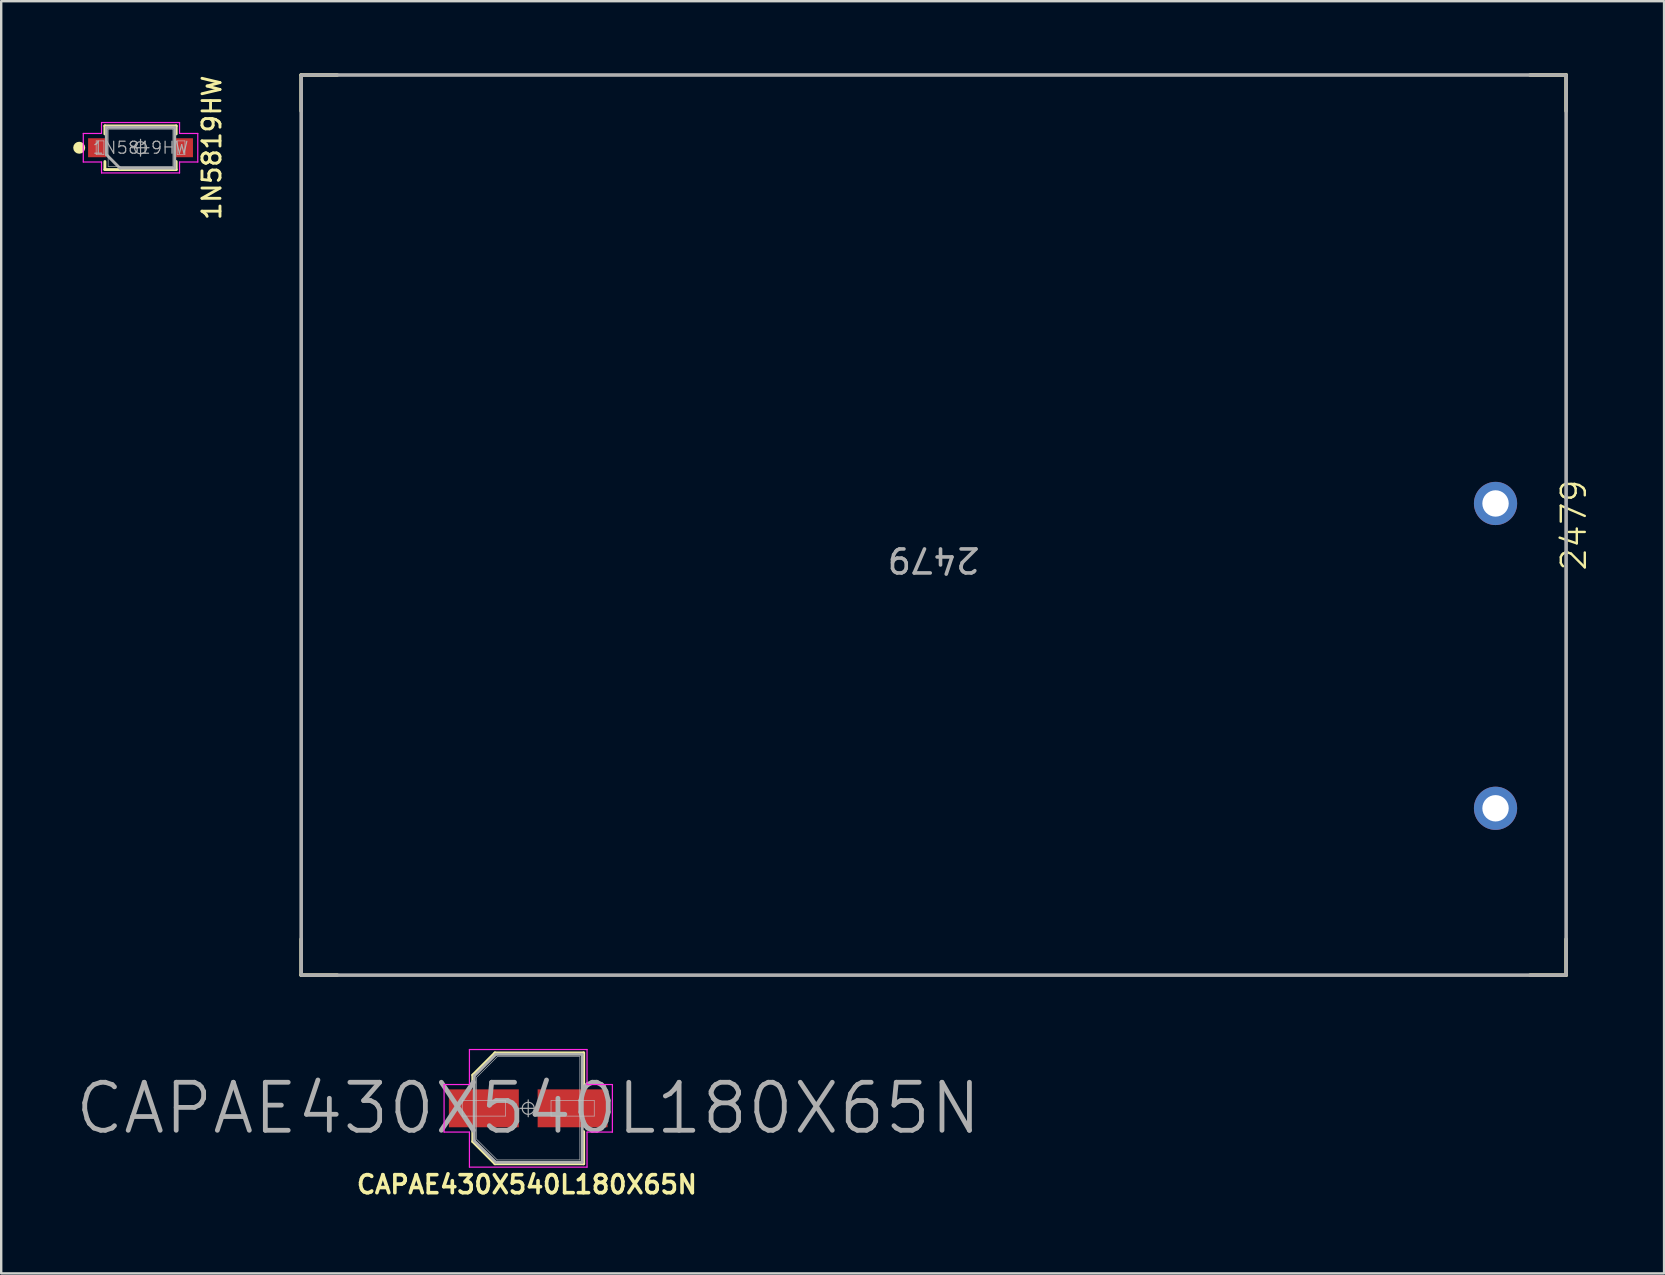
<source format=kicad_pcb>
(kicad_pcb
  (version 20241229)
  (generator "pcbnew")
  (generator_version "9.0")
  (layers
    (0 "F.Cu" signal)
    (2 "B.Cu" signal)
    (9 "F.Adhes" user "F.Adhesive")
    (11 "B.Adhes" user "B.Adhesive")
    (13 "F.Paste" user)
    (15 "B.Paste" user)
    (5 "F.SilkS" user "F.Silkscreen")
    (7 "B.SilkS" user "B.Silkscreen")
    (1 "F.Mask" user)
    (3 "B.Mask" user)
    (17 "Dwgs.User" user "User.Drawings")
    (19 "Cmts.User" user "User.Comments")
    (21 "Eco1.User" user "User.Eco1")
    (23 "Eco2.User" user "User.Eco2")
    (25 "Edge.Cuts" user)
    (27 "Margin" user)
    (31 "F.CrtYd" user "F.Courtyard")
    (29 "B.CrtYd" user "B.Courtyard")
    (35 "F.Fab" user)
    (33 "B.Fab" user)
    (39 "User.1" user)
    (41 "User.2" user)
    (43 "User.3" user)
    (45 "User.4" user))
  (footprint "2479"
    (layer "F.Cu")
    (at 35.848 18.825)
    (property "Reference" "2479" (at 26.67 0 90) (unlocked yes) (layer "F.SilkS") (effects (font (size 1 1) (thickness 0.1))))
    (attr through_hole)
    (fp_line (start -26.35 -18.75) (end -26.35 -17.25) (stroke (width 0.15) (type default)) (layer "F.SilkS"))
    (fp_line (start -26.35 -18.75) (end -24.85 -18.75) (stroke (width 0.15) (type default)) (layer "F.SilkS"))
    (fp_line (start -26.35 18.75) (end -26.35 17.25) (stroke (width 0.15) (type default)) (layer "F.SilkS"))
    (fp_line (start -26.35 18.75) (end -24.85 18.75) (stroke (width 0.15) (type default)) (layer "F.SilkS"))
    (fp_line (start 26.35 -18.75) (end 24.85 -18.75) (stroke (width 0.15) (type default)) (layer "F.SilkS"))
    (fp_line (start 26.35 -18.75) (end 26.35 -17.25) (stroke (width 0.15) (type default)) (layer "F.SilkS"))
    (fp_line (start 26.35 18.75) (end 24.85 18.75) (stroke (width 0.15) (type default)) (layer "F.SilkS"))
    (fp_line (start 26.35 18.75) (end 26.35 17.25) (stroke (width 0.15) (type default)) (layer "F.SilkS"))
    (fp_rect (start -26.35 -18.75) (end 26.35 18.75) (stroke (width 0.15) (type default)) (fill no) (layer "F.Fab"))
    (fp_text user "${REFERENCE}" (at 0 1.45 180) (unlocked yes) (layer "F.Fab") (effects (font (size 1 1) (thickness 0.15))))
    (pad "1" thru_hole circle (at 23.409 11.8 180) (size 1.8 1.8) (drill 1.1) (layers "*.Cu" "*.Mask"))
    (pad "2" thru_hole circle (at 23.409 -0.9 180) (size 1.8 1.8) (drill 1.1) (layers "*.Cu" "*.Mask")))
  (footprint "1N5819HW"
    (layer "F.Cu")
    (at 2.805 3.105)
    (property "Reference" "1N5819HW" (at 2.969 0 90) (layer "F.SilkS") (effects (font (size 0.75 0.75) (thickness 0.12))))
    (attr smd)
    (fp_line (start -1.485 -0.91) (end -1.485 -0.575) (stroke (width 0.12) (type solid)) (layer "F.SilkS"))
    (fp_line (start -1.485 0.91) (end -1.485 0.575) (stroke (width 0.12) (type solid)) (layer "F.SilkS"))
    (fp_line (start 1.485 -0.91) (end -1.485 -0.91) (stroke (width 0.12) (type solid)) (layer "F.SilkS"))
    (fp_line (start 1.485 -0.575) (end 1.485 -0.91) (stroke (width 0.12) (type solid)) (layer "F.SilkS"))
    (fp_line (start 1.485 0.575) (end 1.485 0.91) (stroke (width 0.12) (type solid)) (layer "F.SilkS"))
    (fp_line (start 1.485 0.91) (end -1.485 0.91) (stroke (width 0.12) (type solid)) (layer "F.SilkS"))
    (fp_circle (center -2.555 0) (end -2.555 0.125) (stroke (width 0.25) (type solid)) (fill no) (layer "F.SilkS"))
    (fp_line (start -1.85 -0.285) (end -1.526 -0.285) (stroke (width 0.025) (type solid)) (layer "Dwgs.User"))
    (fp_line (start -1.85 0.285) (end -1.85 -0.285) (stroke (width 0.025) (type solid)) (layer "Dwgs.User"))
    (fp_line (start -1.526 -0.285) (end -1.526 0.285) (stroke (width 0.025) (type solid)) (layer "Dwgs.User"))
    (fp_line (start -1.526 0.285) (end -1.85 0.285) (stroke (width 0.025) (type solid)) (layer "Dwgs.User"))
    (fp_line (start -1.35 -0.775) (end 1.35 -0.775) (stroke (width 0.025) (type solid)) (layer "Dwgs.User"))
    (fp_line (start -1.35 0.775) (end -1.35 -0.775) (stroke (width 0.025) (type solid)) (layer "Dwgs.User"))
    (fp_line (start 1.35 -0.775) (end 1.35 0.775) (stroke (width 0.025) (type solid)) (layer "Dwgs.User"))
    (fp_line (start 1.35 0.775) (end -1.35 0.775) (stroke (width 0.025) (type solid)) (layer "Dwgs.User"))
    (fp_line (start 1.526 -0.285) (end 1.85 -0.285) (stroke (width 0.025) (type solid)) (layer "Dwgs.User"))
    (fp_line (start 1.526 0.285) (end 1.526 -0.285) (stroke (width 0.025) (type solid)) (layer "Dwgs.User"))
    (fp_line (start 1.85 -0.285) (end 1.85 0.285) (stroke (width 0.025) (type solid)) (layer "Dwgs.User"))
    (fp_line (start 1.85 0.285) (end 1.526 0.285) (stroke (width 0.025) (type solid)) (layer "Dwgs.User"))
    (fp_line (start -2.385 -0.595) (end -2.385 0.595) (stroke (width 0.05) (type solid)) (layer "F.CrtYd"))
    (fp_line (start -2.385 0.595) (end -1.625 0.595) (stroke (width 0.05) (type solid)) (layer "F.CrtYd"))
    (fp_line (start -1.625 -1.05) (end -1.625 -0.595) (stroke (width 0.05) (type solid)) (layer "F.CrtYd"))
    (fp_line (start -1.625 -0.595) (end -2.385 -0.595) (stroke (width 0.05) (type solid)) (layer "F.CrtYd"))
    (fp_line (start -1.625 0.595) (end -1.625 1.05) (stroke (width 0.05) (type solid)) (layer "F.CrtYd"))
    (fp_line (start -1.625 1.05) (end 1.625 1.05) (stroke (width 0.05) (type solid)) (layer "F.CrtYd"))
    (fp_line (start 1.625 -1.05) (end -1.625 -1.05) (stroke (width 0.05) (type solid)) (layer "F.CrtYd"))
    (fp_line (start 1.625 -0.595) (end 1.625 -1.05) (stroke (width 0.05) (type solid)) (layer "F.CrtYd"))
    (fp_line (start 1.625 0.595) (end 2.385 0.595) (stroke (width 0.05) (type solid)) (layer "F.CrtYd"))
    (fp_line (start 1.625 1.05) (end 1.625 0.595) (stroke (width 0.05) (type solid)) (layer "F.CrtYd"))
    (fp_line (start 2.385 -0.595) (end 1.625 -0.595) (stroke (width 0.05) (type solid)) (layer "F.CrtYd"))
    (fp_line (start 2.385 0.595) (end 2.385 -0.595) (stroke (width 0.05) (type solid)) (layer "F.CrtYd"))
    (fp_line (start -1.425 -0.85) (end -1.425 0.283) (stroke (width 0.12) (type solid)) (layer "F.Fab"))
    (fp_line (start -1.425 0.283) (end -0.858 0.85) (stroke (width 0.12) (type solid)) (layer "F.Fab"))
    (fp_line (start -0.858 0.85) (end 1.425 0.85) (stroke (width 0.12) (type solid)) (layer "F.Fab"))
    (fp_line (start 0 -0.35) (end 0 0.35) (stroke (width 0.05) (type solid)) (layer "F.Fab"))
    (fp_line (start 0.35 0) (end -0.35 0) (stroke (width 0.05) (type solid)) (layer "F.Fab"))
    (fp_line (start 1.425 -0.85) (end -1.425 -0.85) (stroke (width 0.12) (type solid)) (layer "F.Fab"))
    (fp_line (start 1.425 0.85) (end 1.425 -0.85) (stroke (width 0.12) (type solid)) (layer "F.Fab"))
    (fp_circle (center 0 0) (end 0.25 0) (stroke (width 0.05) (type solid)) (fill no) (layer "F.Fab"))
    (fp_text user "${REFERENCE}" (at 0 0 0) (layer "F.Fab") (effects (font (size 0.5 0.5) (thickness 0.05))))
    (pad "1" smd rect (at -1.805 0) (size 0.76 0.79) (layers "F.Cu" "F.Mask" "F.Paste"))
    (pad "2" smd rect (at 1.805 0) (size 0.76 0.79) (layers "F.Cu" "F.Mask" "F.Paste")))
  (footprint "CAPAE430X540L180X65N"
    (layer "F.Cu")
    (at 18.957 43.125)
    (property "Reference" "CAPAE430X540L180X65N" (at -0.056 3.175 0) (layer "F.SilkS") (effects (font (size 0.75 0.75) (thickness 0.15))))
    (attr smd)
    (fp_line (start -2.31 -1.386) (end -2.31 -0.969) (stroke (width 0.12) (type solid)) (layer "F.SilkS"))
    (fp_line (start -2.31 1.386) (end -2.31 0.969) (stroke (width 0.12) (type solid)) (layer "F.SilkS"))
    (fp_line (start -1.386 -2.31) (end -2.31 -1.386) (stroke (width 0.12) (type solid)) (layer "F.SilkS"))
    (fp_line (start -1.386 2.31) (end -2.31 1.386) (stroke (width 0.12) (type solid)) (layer "F.SilkS"))
    (fp_line (start 2.31 -2.31) (end -1.386 -2.31) (stroke (width 0.12) (type solid)) (layer "F.SilkS"))
    (fp_line (start 2.31 -0.969) (end 2.31 -2.31) (stroke (width 0.12) (type solid)) (layer "F.SilkS"))
    (fp_line (start 2.31 0.969) (end 2.31 2.31) (stroke (width 0.12) (type solid)) (layer "F.SilkS"))
    (fp_line (start 2.31 2.31) (end -1.386 2.31) (stroke (width 0.12) (type solid)) (layer "F.SilkS"))
    (fp_line (start -2.75 -0.325) (end -0.95 -0.325) (stroke (width 0.025) (type solid)) (layer "Dwgs.User"))
    (fp_line (start -2.75 0.325) (end -2.75 -0.325) (stroke (width 0.025) (type solid)) (layer "Dwgs.User"))
    (fp_line (start -2.15 -1.29) (end -1.29 -2.15) (stroke (width 0.025) (type solid)) (layer "Dwgs.User"))
    (fp_line (start -2.15 1.29) (end -2.15 -1.29) (stroke (width 0.025) (type solid)) (layer "Dwgs.User"))
    (fp_line (start -1.29 -2.15) (end 2.15 -2.15) (stroke (width 0.025) (type solid)) (layer "Dwgs.User"))
    (fp_line (start -1.29 2.15) (end -2.15 1.29) (stroke (width 0.025) (type solid)) (layer "Dwgs.User"))
    (fp_line (start -0.95 -0.325) (end -0.95 0.325) (stroke (width 0.025) (type solid)) (layer "Dwgs.User"))
    (fp_line (start -0.95 0.325) (end -2.75 0.325) (stroke (width 0.025) (type solid)) (layer "Dwgs.User"))
    (fp_line (start 0.95 -0.325) (end 2.75 -0.325) (stroke (width 0.025) (type solid)) (layer "Dwgs.User"))
    (fp_line (start 0.95 0.325) (end 0.95 -0.325) (stroke (width 0.025) (type solid)) (layer "Dwgs.User"))
    (fp_line (start 2.15 -2.15) (end 2.15 2.15) (stroke (width 0.025) (type solid)) (layer "Dwgs.User"))
    (fp_line (start 2.15 2.15) (end -1.29 2.15) (stroke (width 0.025) (type solid)) (layer "Dwgs.User"))
    (fp_line (start 2.75 -0.325) (end 2.75 0.325) (stroke (width 0.025) (type solid)) (layer "Dwgs.User"))
    (fp_line (start 2.75 0.325) (end 0.95 0.325) (stroke (width 0.025) (type solid)) (layer "Dwgs.User"))
    (fp_line (start -3.506 -0.99) (end -3.506 0.99) (stroke (width 0.05) (type solid)) (layer "F.CrtYd"))
    (fp_line (start -3.506 0.99) (end -2.45 0.99) (stroke (width 0.05) (type solid)) (layer "F.CrtYd"))
    (fp_line (start -2.45 -2.45) (end -2.45 -0.99) (stroke (width 0.05) (type solid)) (layer "F.CrtYd"))
    (fp_line (start -2.45 -0.99) (end -3.506 -0.99) (stroke (width 0.05) (type solid)) (layer "F.CrtYd"))
    (fp_line (start -2.45 0.99) (end -2.45 2.45) (stroke (width 0.05) (type solid)) (layer "F.CrtYd"))
    (fp_line (start -2.45 2.45) (end 2.45 2.45) (stroke (width 0.05) (type solid)) (layer "F.CrtYd"))
    (fp_line (start 2.45 -2.45) (end -2.45 -2.45) (stroke (width 0.05) (type solid)) (layer "F.CrtYd"))
    (fp_line (start 2.45 -0.99) (end 2.45 -2.45) (stroke (width 0.05) (type solid)) (layer "F.CrtYd"))
    (fp_line (start 2.45 0.99) (end 3.506 0.99) (stroke (width 0.05) (type solid)) (layer "F.CrtYd"))
    (fp_line (start 2.45 2.45) (end 2.45 0.99) (stroke (width 0.05) (type solid)) (layer "F.CrtYd"))
    (fp_line (start 3.506 -0.99) (end 2.45 -0.99) (stroke (width 0.05) (type solid)) (layer "F.CrtYd"))
    (fp_line (start 3.506 0.99) (end 3.506 -0.99) (stroke (width 0.05) (type solid)) (layer "F.CrtYd"))
    (fp_line (start -2.25 -1.35) (end -1.35 -2.25) (stroke (width 0.12) (type solid)) (layer "F.Fab"))
    (fp_line (start -2.25 1.35) (end -2.25 -1.35) (stroke (width 0.12) (type solid)) (layer "F.Fab"))
    (fp_line (start -1.35 -2.25) (end 2.25 -2.25) (stroke (width 0.12) (type solid)) (layer "F.Fab"))
    (fp_line (start -1.35 2.25) (end -2.25 1.35) (stroke (width 0.12) (type solid)) (layer "F.Fab"))
    (fp_line (start 0 -0.35) (end 0 0.35) (stroke (width 0.05) (type solid)) (layer "F.Fab"))
    (fp_line (start 0.35 0) (end -0.35 0) (stroke (width 0.05) (type solid)) (layer "F.Fab"))
    (fp_line (start 2.25 -2.25) (end 2.25 2.25) (stroke (width 0.12) (type solid)) (layer "F.Fab"))
    (fp_line (start 2.25 2.25) (end -1.35 2.25) (stroke (width 0.12) (type solid)) (layer "F.Fab"))
    (fp_circle (center 0 0) (end 0.25 0) (stroke (width 0.05) (type solid)) (fill no) (layer "F.Fab"))
    (fp_text user "${REFERENCE}" (at 0 0 0) (layer "F.Fab") (effects (font (size 2 2) (thickness 0.2))))
    (pad "1" smd rect (at -1.849 0) (size 2.914 1.579) (layers "F.Cu" "F.Mask" "F.Paste"))
    (pad "2" smd rect (at 1.849 0) (size 2.914 1.579) (layers "F.Cu" "F.Mask" "F.Paste")))
  (gr_rect
    (start -3 -3)
    (end 66.279 50.002)
    (stroke (width 0.1) (type default))
    (fill no)
    (layer "Edge.Cuts")))
</source>
